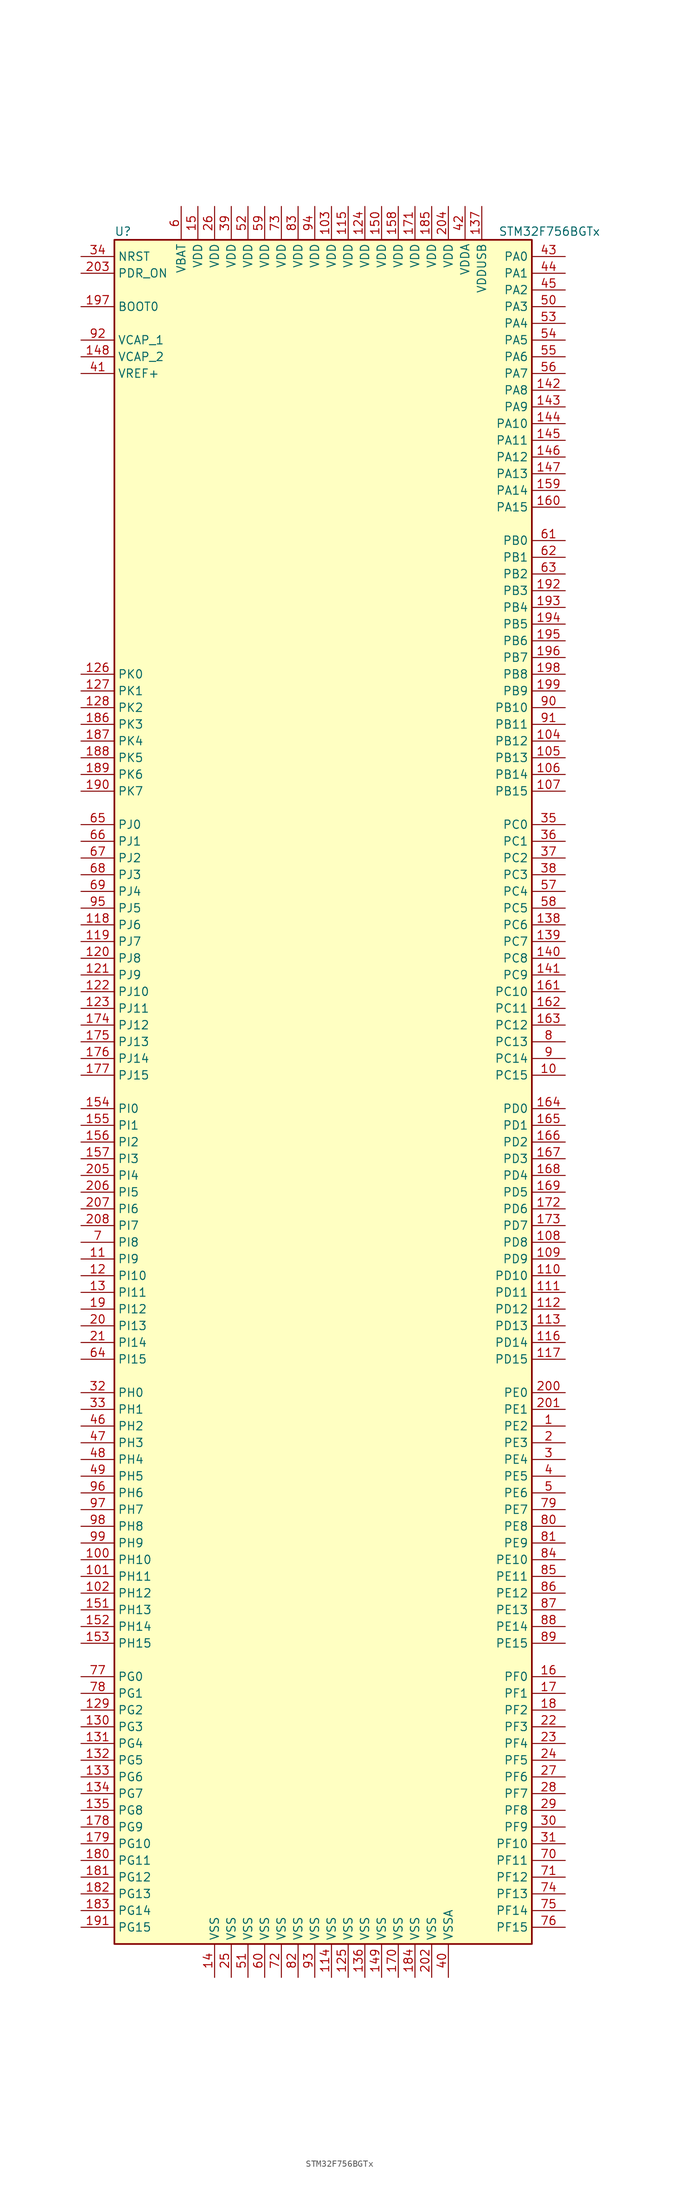
<source format=kicad_sym>
(kicad_symbol_lib
  (version 20211014)
  (generator kicad_symbol_editor)
  (symbol "STM32F756BGTx"
    (property "Reference" "U"
      (at -33.02 130.81 0)
      (effects (font (size 1.27 1.27)) (justify left)))
    (property "Value" "STM32F756BGTx"
      (at 25.4 130.81 0)
      (effects (font (size 1.27 1.27)) (justify left)))
    (symbol "STM32F756BGTx_0_1"
      (rectangle (start -33.02 -129.54) (end 30.48 129.54) (stroke (width 0.254) (type default) (color 0 0 0 0)) (fill (type background))))
    (symbol "STM32F756BGTx_1_1"
      (pin bidirectional line (at 35.56 -50.8 180) (length 5.08) (name "PE2" (effects (font (size 1.27 1.27)))) (number "1" (effects (font (size 1.27 1.27)))))
      (pin bidirectional line (at 35.56 2.54 180) (length 5.08) (name "PC15" (effects (font (size 1.27 1.27)))) (number "10" (effects (font (size 1.27 1.27)))))
      (pin bidirectional line (at -38.1 -71.12 0) (length 5.08) (name "PH10" (effects (font (size 1.27 1.27)))) (number "100" (effects (font (size 1.27 1.27)))))
      (pin bidirectional line (at -38.1 -73.66 0) (length 5.08) (name "PH11" (effects (font (size 1.27 1.27)))) (number "101" (effects (font (size 1.27 1.27)))))
      (pin bidirectional line (at -38.1 -76.2 0) (length 5.08) (name "PH12" (effects (font (size 1.27 1.27)))) (number "102" (effects (font (size 1.27 1.27)))))
      (pin power_in line (at 0 134.62 270) (length 5.08) (name "VDD" (effects (font (size 1.27 1.27)))) (number "103" (effects (font (size 1.27 1.27)))))
      (pin bidirectional line (at 35.56 53.34 180) (length 5.08) (name "PB12" (effects (font (size 1.27 1.27)))) (number "104" (effects (font (size 1.27 1.27)))))
      (pin bidirectional line (at 35.56 50.8 180) (length 5.08) (name "PB13" (effects (font (size 1.27 1.27)))) (number "105" (effects (font (size 1.27 1.27)))))
      (pin bidirectional line (at 35.56 48.26 180) (length 5.08) (name "PB14" (effects (font (size 1.27 1.27)))) (number "106" (effects (font (size 1.27 1.27)))))
      (pin bidirectional line (at 35.56 45.72 180) (length 5.08) (name "PB15" (effects (font (size 1.27 1.27)))) (number "107" (effects (font (size 1.27 1.27)))))
      (pin bidirectional line (at 35.56 -22.86 180) (length 5.08) (name "PD8" (effects (font (size 1.27 1.27)))) (number "108" (effects (font (size 1.27 1.27)))))
      (pin bidirectional line (at 35.56 -25.4 180) (length 5.08) (name "PD9" (effects (font (size 1.27 1.27)))) (number "109" (effects (font (size 1.27 1.27)))))
      (pin bidirectional line (at -38.1 -25.4 0) (length 5.08) (name "PI9" (effects (font (size 1.27 1.27)))) (number "11" (effects (font (size 1.27 1.27)))))
      (pin bidirectional line (at 35.56 -27.94 180) (length 5.08) (name "PD10" (effects (font (size 1.27 1.27)))) (number "110" (effects (font (size 1.27 1.27)))))
      (pin bidirectional line (at 35.56 -30.48 180) (length 5.08) (name "PD11" (effects (font (size 1.27 1.27)))) (number "111" (effects (font (size 1.27 1.27)))))
      (pin bidirectional line (at 35.56 -33.02 180) (length 5.08) (name "PD12" (effects (font (size 1.27 1.27)))) (number "112" (effects (font (size 1.27 1.27)))))
      (pin bidirectional line (at 35.56 -35.56 180) (length 5.08) (name "PD13" (effects (font (size 1.27 1.27)))) (number "113" (effects (font (size 1.27 1.27)))))
      (pin power_in line (at 0 -134.62 90) (length 5.08) (name "VSS" (effects (font (size 1.27 1.27)))) (number "114" (effects (font (size 1.27 1.27)))))
      (pin power_in line (at 2.54 134.62 270) (length 5.08) (name "VDD" (effects (font (size 1.27 1.27)))) (number "115" (effects (font (size 1.27 1.27)))))
      (pin bidirectional line (at 35.56 -38.1 180) (length 5.08) (name "PD14" (effects (font (size 1.27 1.27)))) (number "116" (effects (font (size 1.27 1.27)))))
      (pin bidirectional line (at 35.56 -40.64 180) (length 5.08) (name "PD15" (effects (font (size 1.27 1.27)))) (number "117" (effects (font (size 1.27 1.27)))))
      (pin bidirectional line (at -38.1 25.4 0) (length 5.08) (name "PJ6" (effects (font (size 1.27 1.27)))) (number "118" (effects (font (size 1.27 1.27)))))
      (pin bidirectional line (at -38.1 22.86 0) (length 5.08) (name "PJ7" (effects (font (size 1.27 1.27)))) (number "119" (effects (font (size 1.27 1.27)))))
      (pin bidirectional line (at -38.1 -27.94 0) (length 5.08) (name "PI10" (effects (font (size 1.27 1.27)))) (number "12" (effects (font (size 1.27 1.27)))))
      (pin bidirectional line (at -38.1 20.32 0) (length 5.08) (name "PJ8" (effects (font (size 1.27 1.27)))) (number "120" (effects (font (size 1.27 1.27)))))
      (pin bidirectional line (at -38.1 17.78 0) (length 5.08) (name "PJ9" (effects (font (size 1.27 1.27)))) (number "121" (effects (font (size 1.27 1.27)))))
      (pin bidirectional line (at -38.1 15.24 0) (length 5.08) (name "PJ10" (effects (font (size 1.27 1.27)))) (number "122" (effects (font (size 1.27 1.27)))))
      (pin bidirectional line (at -38.1 12.7 0) (length 5.08) (name "PJ11" (effects (font (size 1.27 1.27)))) (number "123" (effects (font (size 1.27 1.27)))))
      (pin power_in line (at 5.08 134.62 270) (length 5.08) (name "VDD" (effects (font (size 1.27 1.27)))) (number "124" (effects (font (size 1.27 1.27)))))
      (pin power_in line (at 2.54 -134.62 90) (length 5.08) (name "VSS" (effects (font (size 1.27 1.27)))) (number "125" (effects (font (size 1.27 1.27)))))
      (pin bidirectional line (at -38.1 63.5 0) (length 5.08) (name "PK0" (effects (font (size 1.27 1.27)))) (number "126" (effects (font (size 1.27 1.27)))))
      (pin bidirectional line (at -38.1 60.96 0) (length 5.08) (name "PK1" (effects (font (size 1.27 1.27)))) (number "127" (effects (font (size 1.27 1.27)))))
      (pin bidirectional line (at -38.1 58.42 0) (length 5.08) (name "PK2" (effects (font (size 1.27 1.27)))) (number "128" (effects (font (size 1.27 1.27)))))
      (pin bidirectional line (at -38.1 -93.98 0) (length 5.08) (name "PG2" (effects (font (size 1.27 1.27)))) (number "129" (effects (font (size 1.27 1.27)))))
      (pin bidirectional line (at -38.1 -30.48 0) (length 5.08) (name "PI11" (effects (font (size 1.27 1.27)))) (number "13" (effects (font (size 1.27 1.27)))))
      (pin bidirectional line (at -38.1 -96.52 0) (length 5.08) (name "PG3" (effects (font (size 1.27 1.27)))) (number "130" (effects (font (size 1.27 1.27)))))
      (pin bidirectional line (at -38.1 -99.06 0) (length 5.08) (name "PG4" (effects (font (size 1.27 1.27)))) (number "131" (effects (font (size 1.27 1.27)))))
      (pin bidirectional line (at -38.1 -101.6 0) (length 5.08) (name "PG5" (effects (font (size 1.27 1.27)))) (number "132" (effects (font (size 1.27 1.27)))))
      (pin bidirectional line (at -38.1 -104.14 0) (length 5.08) (name "PG6" (effects (font (size 1.27 1.27)))) (number "133" (effects (font (size 1.27 1.27)))))
      (pin bidirectional line (at -38.1 -106.68 0) (length 5.08) (name "PG7" (effects (font (size 1.27 1.27)))) (number "134" (effects (font (size 1.27 1.27)))))
      (pin bidirectional line (at -38.1 -109.22 0) (length 5.08) (name "PG8" (effects (font (size 1.27 1.27)))) (number "135" (effects (font (size 1.27 1.27)))))
      (pin power_in line (at 5.08 -134.62 90) (length 5.08) (name "VSS" (effects (font (size 1.27 1.27)))) (number "136" (effects (font (size 1.27 1.27)))))
      (pin power_in line (at 22.86 134.62 270) (length 5.08) (name "VDDUSB" (effects (font (size 1.27 1.27)))) (number "137" (effects (font (size 1.27 1.27)))))
      (pin bidirectional line (at 35.56 25.4 180) (length 5.08) (name "PC6" (effects (font (size 1.27 1.27)))) (number "138" (effects (font (size 1.27 1.27)))))
      (pin bidirectional line (at 35.56 22.86 180) (length 5.08) (name "PC7" (effects (font (size 1.27 1.27)))) (number "139" (effects (font (size 1.27 1.27)))))
      (pin power_in line (at -17.78 -134.62 90) (length 5.08) (name "VSS" (effects (font (size 1.27 1.27)))) (number "14" (effects (font (size 1.27 1.27)))))
      (pin bidirectional line (at 35.56 20.32 180) (length 5.08) (name "PC8" (effects (font (size 1.27 1.27)))) (number "140" (effects (font (size 1.27 1.27)))))
      (pin bidirectional line (at 35.56 17.78 180) (length 5.08) (name "PC9" (effects (font (size 1.27 1.27)))) (number "141" (effects (font (size 1.27 1.27)))))
      (pin bidirectional line (at 35.56 106.68 180) (length 5.08) (name "PA8" (effects (font (size 1.27 1.27)))) (number "142" (effects (font (size 1.27 1.27)))))
      (pin bidirectional line (at 35.56 104.14 180) (length 5.08) (name "PA9" (effects (font (size 1.27 1.27)))) (number "143" (effects (font (size 1.27 1.27)))))
      (pin bidirectional line (at 35.56 101.6 180) (length 5.08) (name "PA10" (effects (font (size 1.27 1.27)))) (number "144" (effects (font (size 1.27 1.27)))))
      (pin bidirectional line (at 35.56 99.06 180) (length 5.08) (name "PA11" (effects (font (size 1.27 1.27)))) (number "145" (effects (font (size 1.27 1.27)))))
      (pin bidirectional line (at 35.56 96.52 180) (length 5.08) (name "PA12" (effects (font (size 1.27 1.27)))) (number "146" (effects (font (size 1.27 1.27)))))
      (pin bidirectional line (at 35.56 93.98 180) (length 5.08) (name "PA13" (effects (font (size 1.27 1.27)))) (number "147" (effects (font (size 1.27 1.27)))))
      (pin power_in line (at -38.1 111.76 0) (length 5.08) (name "VCAP_2" (effects (font (size 1.27 1.27)))) (number "148" (effects (font (size 1.27 1.27)))))
      (pin power_in line (at 7.62 -134.62 90) (length 5.08) (name "VSS" (effects (font (size 1.27 1.27)))) (number "149" (effects (font (size 1.27 1.27)))))
      (pin power_in line (at -20.32 134.62 270) (length 5.08) (name "VDD" (effects (font (size 1.27 1.27)))) (number "15" (effects (font (size 1.27 1.27)))))
      (pin power_in line (at 7.62 134.62 270) (length 5.08) (name "VDD" (effects (font (size 1.27 1.27)))) (number "150" (effects (font (size 1.27 1.27)))))
      (pin bidirectional line (at -38.1 -78.74 0) (length 5.08) (name "PH13" (effects (font (size 1.27 1.27)))) (number "151" (effects (font (size 1.27 1.27)))))
      (pin bidirectional line (at -38.1 -81.28 0) (length 5.08) (name "PH14" (effects (font (size 1.27 1.27)))) (number "152" (effects (font (size 1.27 1.27)))))
      (pin bidirectional line (at -38.1 -83.82 0) (length 5.08) (name "PH15" (effects (font (size 1.27 1.27)))) (number "153" (effects (font (size 1.27 1.27)))))
      (pin bidirectional line (at -38.1 -2.54 0) (length 5.08) (name "PI0" (effects (font (size 1.27 1.27)))) (number "154" (effects (font (size 1.27 1.27)))))
      (pin bidirectional line (at -38.1 -5.08 0) (length 5.08) (name "PI1" (effects (font (size 1.27 1.27)))) (number "155" (effects (font (size 1.27 1.27)))))
      (pin bidirectional line (at -38.1 -7.62 0) (length 5.08) (name "PI2" (effects (font (size 1.27 1.27)))) (number "156" (effects (font (size 1.27 1.27)))))
      (pin bidirectional line (at -38.1 -10.16 0) (length 5.08) (name "PI3" (effects (font (size 1.27 1.27)))) (number "157" (effects (font (size 1.27 1.27)))))
      (pin power_in line (at 10.16 134.62 270) (length 5.08) (name "VDD" (effects (font (size 1.27 1.27)))) (number "158" (effects (font (size 1.27 1.27)))))
      (pin bidirectional line (at 35.56 91.44 180) (length 5.08) (name "PA14" (effects (font (size 1.27 1.27)))) (number "159" (effects (font (size 1.27 1.27)))))
      (pin bidirectional line (at 35.56 -88.9 180) (length 5.08) (name "PF0" (effects (font (size 1.27 1.27)))) (number "16" (effects (font (size 1.27 1.27)))))
      (pin bidirectional line (at 35.56 88.9 180) (length 5.08) (name "PA15" (effects (font (size 1.27 1.27)))) (number "160" (effects (font (size 1.27 1.27)))))
      (pin bidirectional line (at 35.56 15.24 180) (length 5.08) (name "PC10" (effects (font (size 1.27 1.27)))) (number "161" (effects (font (size 1.27 1.27)))))
      (pin bidirectional line (at 35.56 12.7 180) (length 5.08) (name "PC11" (effects (font (size 1.27 1.27)))) (number "162" (effects (font (size 1.27 1.27)))))
      (pin bidirectional line (at 35.56 10.16 180) (length 5.08) (name "PC12" (effects (font (size 1.27 1.27)))) (number "163" (effects (font (size 1.27 1.27)))))
      (pin bidirectional line (at 35.56 -2.54 180) (length 5.08) (name "PD0" (effects (font (size 1.27 1.27)))) (number "164" (effects (font (size 1.27 1.27)))))
      (pin bidirectional line (at 35.56 -5.08 180) (length 5.08) (name "PD1" (effects (font (size 1.27 1.27)))) (number "165" (effects (font (size 1.27 1.27)))))
      (pin bidirectional line (at 35.56 -7.62 180) (length 5.08) (name "PD2" (effects (font (size 1.27 1.27)))) (number "166" (effects (font (size 1.27 1.27)))))
      (pin bidirectional line (at 35.56 -10.16 180) (length 5.08) (name "PD3" (effects (font (size 1.27 1.27)))) (number "167" (effects (font (size 1.27 1.27)))))
      (pin bidirectional line (at 35.56 -12.7 180) (length 5.08) (name "PD4" (effects (font (size 1.27 1.27)))) (number "168" (effects (font (size 1.27 1.27)))))
      (pin bidirectional line (at 35.56 -15.24 180) (length 5.08) (name "PD5" (effects (font (size 1.27 1.27)))) (number "169" (effects (font (size 1.27 1.27)))))
      (pin bidirectional line (at 35.56 -91.44 180) (length 5.08) (name "PF1" (effects (font (size 1.27 1.27)))) (number "17" (effects (font (size 1.27 1.27)))))
      (pin power_in line (at 10.16 -134.62 90) (length 5.08) (name "VSS" (effects (font (size 1.27 1.27)))) (number "170" (effects (font (size 1.27 1.27)))))
      (pin power_in line (at 12.7 134.62 270) (length 5.08) (name "VDD" (effects (font (size 1.27 1.27)))) (number "171" (effects (font (size 1.27 1.27)))))
      (pin bidirectional line (at 35.56 -17.78 180) (length 5.08) (name "PD6" (effects (font (size 1.27 1.27)))) (number "172" (effects (font (size 1.27 1.27)))))
      (pin bidirectional line (at 35.56 -20.32 180) (length 5.08) (name "PD7" (effects (font (size 1.27 1.27)))) (number "173" (effects (font (size 1.27 1.27)))))
      (pin bidirectional line (at -38.1 10.16 0) (length 5.08) (name "PJ12" (effects (font (size 1.27 1.27)))) (number "174" (effects (font (size 1.27 1.27)))))
      (pin bidirectional line (at -38.1 7.62 0) (length 5.08) (name "PJ13" (effects (font (size 1.27 1.27)))) (number "175" (effects (font (size 1.27 1.27)))))
      (pin bidirectional line (at -38.1 5.08 0) (length 5.08) (name "PJ14" (effects (font (size 1.27 1.27)))) (number "176" (effects (font (size 1.27 1.27)))))
      (pin bidirectional line (at -38.1 2.54 0) (length 5.08) (name "PJ15" (effects (font (size 1.27 1.27)))) (number "177" (effects (font (size 1.27 1.27)))))
      (pin bidirectional line (at -38.1 -111.76 0) (length 5.08) (name "PG9" (effects (font (size 1.27 1.27)))) (number "178" (effects (font (size 1.27 1.27)))))
      (pin bidirectional line (at -38.1 -114.3 0) (length 5.08) (name "PG10" (effects (font (size 1.27 1.27)))) (number "179" (effects (font (size 1.27 1.27)))))
      (pin bidirectional line (at 35.56 -93.98 180) (length 5.08) (name "PF2" (effects (font (size 1.27 1.27)))) (number "18" (effects (font (size 1.27 1.27)))))
      (pin bidirectional line (at -38.1 -116.84 0) (length 5.08) (name "PG11" (effects (font (size 1.27 1.27)))) (number "180" (effects (font (size 1.27 1.27)))))
      (pin bidirectional line (at -38.1 -119.38 0) (length 5.08) (name "PG12" (effects (font (size 1.27 1.27)))) (number "181" (effects (font (size 1.27 1.27)))))
      (pin bidirectional line (at -38.1 -121.92 0) (length 5.08) (name "PG13" (effects (font (size 1.27 1.27)))) (number "182" (effects (font (size 1.27 1.27)))))
      (pin bidirectional line (at -38.1 -124.46 0) (length 5.08) (name "PG14" (effects (font (size 1.27 1.27)))) (number "183" (effects (font (size 1.27 1.27)))))
      (pin power_in line (at 12.7 -134.62 90) (length 5.08) (name "VSS" (effects (font (size 1.27 1.27)))) (number "184" (effects (font (size 1.27 1.27)))))
      (pin power_in line (at 15.24 134.62 270) (length 5.08) (name "VDD" (effects (font (size 1.27 1.27)))) (number "185" (effects (font (size 1.27 1.27)))))
      (pin bidirectional line (at -38.1 55.88 0) (length 5.08) (name "PK3" (effects (font (size 1.27 1.27)))) (number "186" (effects (font (size 1.27 1.27)))))
      (pin bidirectional line (at -38.1 53.34 0) (length 5.08) (name "PK4" (effects (font (size 1.27 1.27)))) (number "187" (effects (font (size 1.27 1.27)))))
      (pin bidirectional line (at -38.1 50.8 0) (length 5.08) (name "PK5" (effects (font (size 1.27 1.27)))) (number "188" (effects (font (size 1.27 1.27)))))
      (pin bidirectional line (at -38.1 48.26 0) (length 5.08) (name "PK6" (effects (font (size 1.27 1.27)))) (number "189" (effects (font (size 1.27 1.27)))))
      (pin bidirectional line (at -38.1 -33.02 0) (length 5.08) (name "PI12" (effects (font (size 1.27 1.27)))) (number "19" (effects (font (size 1.27 1.27)))))
      (pin bidirectional line (at -38.1 45.72 0) (length 5.08) (name "PK7" (effects (font (size 1.27 1.27)))) (number "190" (effects (font (size 1.27 1.27)))))
      (pin bidirectional line (at -38.1 -127 0) (length 5.08) (name "PG15" (effects (font (size 1.27 1.27)))) (number "191" (effects (font (size 1.27 1.27)))))
      (pin bidirectional line (at 35.56 76.2 180) (length 5.08) (name "PB3" (effects (font (size 1.27 1.27)))) (number "192" (effects (font (size 1.27 1.27)))))
      (pin bidirectional line (at 35.56 73.66 180) (length 5.08) (name "PB4" (effects (font (size 1.27 1.27)))) (number "193" (effects (font (size 1.27 1.27)))))
      (pin bidirectional line (at 35.56 71.12 180) (length 5.08) (name "PB5" (effects (font (size 1.27 1.27)))) (number "194" (effects (font (size 1.27 1.27)))))
      (pin bidirectional line (at 35.56 68.58 180) (length 5.08) (name "PB6" (effects (font (size 1.27 1.27)))) (number "195" (effects (font (size 1.27 1.27)))))
      (pin bidirectional line (at 35.56 66.04 180) (length 5.08) (name "PB7" (effects (font (size 1.27 1.27)))) (number "196" (effects (font (size 1.27 1.27)))))
      (pin input line (at -38.1 119.38 0) (length 5.08) (name "BOOT0" (effects (font (size 1.27 1.27)))) (number "197" (effects (font (size 1.27 1.27)))))
      (pin bidirectional line (at 35.56 63.5 180) (length 5.08) (name "PB8" (effects (font (size 1.27 1.27)))) (number "198" (effects (font (size 1.27 1.27)))))
      (pin bidirectional line (at 35.56 60.96 180) (length 5.08) (name "PB9" (effects (font (size 1.27 1.27)))) (number "199" (effects (font (size 1.27 1.27)))))
      (pin bidirectional line (at 35.56 -53.34 180) (length 5.08) (name "PE3" (effects (font (size 1.27 1.27)))) (number "2" (effects (font (size 1.27 1.27)))))
      (pin bidirectional line (at -38.1 -35.56 0) (length 5.08) (name "PI13" (effects (font (size 1.27 1.27)))) (number "20" (effects (font (size 1.27 1.27)))))
      (pin bidirectional line (at 35.56 -45.72 180) (length 5.08) (name "PE0" (effects (font (size 1.27 1.27)))) (number "200" (effects (font (size 1.27 1.27)))))
      (pin bidirectional line (at 35.56 -48.26 180) (length 5.08) (name "PE1" (effects (font (size 1.27 1.27)))) (number "201" (effects (font (size 1.27 1.27)))))
      (pin power_in line (at 15.24 -134.62 90) (length 5.08) (name "VSS" (effects (font (size 1.27 1.27)))) (number "202" (effects (font (size 1.27 1.27)))))
      (pin input line (at -38.1 124.46 0) (length 5.08) (name "PDR_ON" (effects (font (size 1.27 1.27)))) (number "203" (effects (font (size 1.27 1.27)))))
      (pin power_in line (at 17.78 134.62 270) (length 5.08) (name "VDD" (effects (font (size 1.27 1.27)))) (number "204" (effects (font (size 1.27 1.27)))))
      (pin bidirectional line (at -38.1 -12.7 0) (length 5.08) (name "PI4" (effects (font (size 1.27 1.27)))) (number "205" (effects (font (size 1.27 1.27)))))
      (pin bidirectional line (at -38.1 -15.24 0) (length 5.08) (name "PI5" (effects (font (size 1.27 1.27)))) (number "206" (effects (font (size 1.27 1.27)))))
      (pin bidirectional line (at -38.1 -17.78 0) (length 5.08) (name "PI6" (effects (font (size 1.27 1.27)))) (number "207" (effects (font (size 1.27 1.27)))))
      (pin bidirectional line (at -38.1 -20.32 0) (length 5.08) (name "PI7" (effects (font (size 1.27 1.27)))) (number "208" (effects (font (size 1.27 1.27)))))
      (pin bidirectional line (at -38.1 -38.1 0) (length 5.08) (name "PI14" (effects (font (size 1.27 1.27)))) (number "21" (effects (font (size 1.27 1.27)))))
      (pin bidirectional line (at 35.56 -96.52 180) (length 5.08) (name "PF3" (effects (font (size 1.27 1.27)))) (number "22" (effects (font (size 1.27 1.27)))))
      (pin bidirectional line (at 35.56 -99.06 180) (length 5.08) (name "PF4" (effects (font (size 1.27 1.27)))) (number "23" (effects (font (size 1.27 1.27)))))
      (pin bidirectional line (at 35.56 -101.6 180) (length 5.08) (name "PF5" (effects (font (size 1.27 1.27)))) (number "24" (effects (font (size 1.27 1.27)))))
      (pin power_in line (at -15.24 -134.62 90) (length 5.08) (name "VSS" (effects (font (size 1.27 1.27)))) (number "25" (effects (font (size 1.27 1.27)))))
      (pin power_in line (at -17.78 134.62 270) (length 5.08) (name "VDD" (effects (font (size 1.27 1.27)))) (number "26" (effects (font (size 1.27 1.27)))))
      (pin bidirectional line (at 35.56 -104.14 180) (length 5.08) (name "PF6" (effects (font (size 1.27 1.27)))) (number "27" (effects (font (size 1.27 1.27)))))
      (pin bidirectional line (at 35.56 -106.68 180) (length 5.08) (name "PF7" (effects (font (size 1.27 1.27)))) (number "28" (effects (font (size 1.27 1.27)))))
      (pin bidirectional line (at 35.56 -109.22 180) (length 5.08) (name "PF8" (effects (font (size 1.27 1.27)))) (number "29" (effects (font (size 1.27 1.27)))))
      (pin bidirectional line (at 35.56 -55.88 180) (length 5.08) (name "PE4" (effects (font (size 1.27 1.27)))) (number "3" (effects (font (size 1.27 1.27)))))
      (pin bidirectional line (at 35.56 -111.76 180) (length 5.08) (name "PF9" (effects (font (size 1.27 1.27)))) (number "30" (effects (font (size 1.27 1.27)))))
      (pin bidirectional line (at 35.56 -114.3 180) (length 5.08) (name "PF10" (effects (font (size 1.27 1.27)))) (number "31" (effects (font (size 1.27 1.27)))))
      (pin input line (at -38.1 -45.72 0) (length 5.08) (name "PH0" (effects (font (size 1.27 1.27)))) (number "32" (effects (font (size 1.27 1.27)))))
      (pin input line (at -38.1 -48.26 0) (length 5.08) (name "PH1" (effects (font (size 1.27 1.27)))) (number "33" (effects (font (size 1.27 1.27)))))
      (pin input line (at -38.1 127 0) (length 5.08) (name "NRST" (effects (font (size 1.27 1.27)))) (number "34" (effects (font (size 1.27 1.27)))))
      (pin bidirectional line (at 35.56 40.64 180) (length 5.08) (name "PC0" (effects (font (size 1.27 1.27)))) (number "35" (effects (font (size 1.27 1.27)))))
      (pin bidirectional line (at 35.56 38.1 180) (length 5.08) (name "PC1" (effects (font (size 1.27 1.27)))) (number "36" (effects (font (size 1.27 1.27)))))
      (pin bidirectional line (at 35.56 35.56 180) (length 5.08) (name "PC2" (effects (font (size 1.27 1.27)))) (number "37" (effects (font (size 1.27 1.27)))))
      (pin bidirectional line (at 35.56 33.02 180) (length 5.08) (name "PC3" (effects (font (size 1.27 1.27)))) (number "38" (effects (font (size 1.27 1.27)))))
      (pin power_in line (at -15.24 134.62 270) (length 5.08) (name "VDD" (effects (font (size 1.27 1.27)))) (number "39" (effects (font (size 1.27 1.27)))))
      (pin bidirectional line (at 35.56 -58.42 180) (length 5.08) (name "PE5" (effects (font (size 1.27 1.27)))) (number "4" (effects (font (size 1.27 1.27)))))
      (pin power_in line (at 17.78 -134.62 90) (length 5.08) (name "VSSA" (effects (font (size 1.27 1.27)))) (number "40" (effects (font (size 1.27 1.27)))))
      (pin power_in line (at -38.1 109.22 0) (length 5.08) (name "VREF+" (effects (font (size 1.27 1.27)))) (number "41" (effects (font (size 1.27 1.27)))))
      (pin power_in line (at 20.32 134.62 270) (length 5.08) (name "VDDA" (effects (font (size 1.27 1.27)))) (number "42" (effects (font (size 1.27 1.27)))))
      (pin bidirectional line (at 35.56 127 180) (length 5.08) (name "PA0" (effects (font (size 1.27 1.27)))) (number "43" (effects (font (size 1.27 1.27)))))
      (pin bidirectional line (at 35.56 124.46 180) (length 5.08) (name "PA1" (effects (font (size 1.27 1.27)))) (number "44" (effects (font (size 1.27 1.27)))))
      (pin bidirectional line (at 35.56 121.92 180) (length 5.08) (name "PA2" (effects (font (size 1.27 1.27)))) (number "45" (effects (font (size 1.27 1.27)))))
      (pin bidirectional line (at -38.1 -50.8 0) (length 5.08) (name "PH2" (effects (font (size 1.27 1.27)))) (number "46" (effects (font (size 1.27 1.27)))))
      (pin bidirectional line (at -38.1 -53.34 0) (length 5.08) (name "PH3" (effects (font (size 1.27 1.27)))) (number "47" (effects (font (size 1.27 1.27)))))
      (pin bidirectional line (at -38.1 -55.88 0) (length 5.08) (name "PH4" (effects (font (size 1.27 1.27)))) (number "48" (effects (font (size 1.27 1.27)))))
      (pin bidirectional line (at -38.1 -58.42 0) (length 5.08) (name "PH5" (effects (font (size 1.27 1.27)))) (number "49" (effects (font (size 1.27 1.27)))))
      (pin bidirectional line (at 35.56 -60.96 180) (length 5.08) (name "PE6" (effects (font (size 1.27 1.27)))) (number "5" (effects (font (size 1.27 1.27)))))
      (pin bidirectional line (at 35.56 119.38 180) (length 5.08) (name "PA3" (effects (font (size 1.27 1.27)))) (number "50" (effects (font (size 1.27 1.27)))))
      (pin power_in line (at -12.7 -134.62 90) (length 5.08) (name "VSS" (effects (font (size 1.27 1.27)))) (number "51" (effects (font (size 1.27 1.27)))))
      (pin power_in line (at -12.7 134.62 270) (length 5.08) (name "VDD" (effects (font (size 1.27 1.27)))) (number "52" (effects (font (size 1.27 1.27)))))
      (pin bidirectional line (at 35.56 116.84 180) (length 5.08) (name "PA4" (effects (font (size 1.27 1.27)))) (number "53" (effects (font (size 1.27 1.27)))))
      (pin bidirectional line (at 35.56 114.3 180) (length 5.08) (name "PA5" (effects (font (size 1.27 1.27)))) (number "54" (effects (font (size 1.27 1.27)))))
      (pin bidirectional line (at 35.56 111.76 180) (length 5.08) (name "PA6" (effects (font (size 1.27 1.27)))) (number "55" (effects (font (size 1.27 1.27)))))
      (pin bidirectional line (at 35.56 109.22 180) (length 5.08) (name "PA7" (effects (font (size 1.27 1.27)))) (number "56" (effects (font (size 1.27 1.27)))))
      (pin bidirectional line (at 35.56 30.48 180) (length 5.08) (name "PC4" (effects (font (size 1.27 1.27)))) (number "57" (effects (font (size 1.27 1.27)))))
      (pin bidirectional line (at 35.56 27.94 180) (length 5.08) (name "PC5" (effects (font (size 1.27 1.27)))) (number "58" (effects (font (size 1.27 1.27)))))
      (pin power_in line (at -10.16 134.62 270) (length 5.08) (name "VDD" (effects (font (size 1.27 1.27)))) (number "59" (effects (font (size 1.27 1.27)))))
      (pin power_in line (at -22.86 134.62 270) (length 5.08) (name "VBAT" (effects (font (size 1.27 1.27)))) (number "6" (effects (font (size 1.27 1.27)))))
      (pin power_in line (at -10.16 -134.62 90) (length 5.08) (name "VSS" (effects (font (size 1.27 1.27)))) (number "60" (effects (font (size 1.27 1.27)))))
      (pin bidirectional line (at 35.56 83.82 180) (length 5.08) (name "PB0" (effects (font (size 1.27 1.27)))) (number "61" (effects (font (size 1.27 1.27)))))
      (pin bidirectional line (at 35.56 81.28 180) (length 5.08) (name "PB1" (effects (font (size 1.27 1.27)))) (number "62" (effects (font (size 1.27 1.27)))))
      (pin bidirectional line (at 35.56 78.74 180) (length 5.08) (name "PB2" (effects (font (size 1.27 1.27)))) (number "63" (effects (font (size 1.27 1.27)))))
      (pin bidirectional line (at -38.1 -40.64 0) (length 5.08) (name "PI15" (effects (font (size 1.27 1.27)))) (number "64" (effects (font (size 1.27 1.27)))))
      (pin bidirectional line (at -38.1 40.64 0) (length 5.08) (name "PJ0" (effects (font (size 1.27 1.27)))) (number "65" (effects (font (size 1.27 1.27)))))
      (pin bidirectional line (at -38.1 38.1 0) (length 5.08) (name "PJ1" (effects (font (size 1.27 1.27)))) (number "66" (effects (font (size 1.27 1.27)))))
      (pin bidirectional line (at -38.1 35.56 0) (length 5.08) (name "PJ2" (effects (font (size 1.27 1.27)))) (number "67" (effects (font (size 1.27 1.27)))))
      (pin bidirectional line (at -38.1 33.02 0) (length 5.08) (name "PJ3" (effects (font (size 1.27 1.27)))) (number "68" (effects (font (size 1.27 1.27)))))
      (pin bidirectional line (at -38.1 30.48 0) (length 5.08) (name "PJ4" (effects (font (size 1.27 1.27)))) (number "69" (effects (font (size 1.27 1.27)))))
      (pin bidirectional line (at -38.1 -22.86 0) (length 5.08) (name "PI8" (effects (font (size 1.27 1.27)))) (number "7" (effects (font (size 1.27 1.27)))))
      (pin bidirectional line (at 35.56 -116.84 180) (length 5.08) (name "PF11" (effects (font (size 1.27 1.27)))) (number "70" (effects (font (size 1.27 1.27)))))
      (pin bidirectional line (at 35.56 -119.38 180) (length 5.08) (name "PF12" (effects (font (size 1.27 1.27)))) (number "71" (effects (font (size 1.27 1.27)))))
      (pin power_in line (at -7.62 -134.62 90) (length 5.08) (name "VSS" (effects (font (size 1.27 1.27)))) (number "72" (effects (font (size 1.27 1.27)))))
      (pin power_in line (at -7.62 134.62 270) (length 5.08) (name "VDD" (effects (font (size 1.27 1.27)))) (number "73" (effects (font (size 1.27 1.27)))))
      (pin bidirectional line (at 35.56 -121.92 180) (length 5.08) (name "PF13" (effects (font (size 1.27 1.27)))) (number "74" (effects (font (size 1.27 1.27)))))
      (pin bidirectional line (at 35.56 -124.46 180) (length 5.08) (name "PF14" (effects (font (size 1.27 1.27)))) (number "75" (effects (font (size 1.27 1.27)))))
      (pin bidirectional line (at 35.56 -127 180) (length 5.08) (name "PF15" (effects (font (size 1.27 1.27)))) (number "76" (effects (font (size 1.27 1.27)))))
      (pin bidirectional line (at -38.1 -88.9 0) (length 5.08) (name "PG0" (effects (font (size 1.27 1.27)))) (number "77" (effects (font (size 1.27 1.27)))))
      (pin bidirectional line (at -38.1 -91.44 0) (length 5.08) (name "PG1" (effects (font (size 1.27 1.27)))) (number "78" (effects (font (size 1.27 1.27)))))
      (pin bidirectional line (at 35.56 -63.5 180) (length 5.08) (name "PE7" (effects (font (size 1.27 1.27)))) (number "79" (effects (font (size 1.27 1.27)))))
      (pin bidirectional line (at 35.56 7.62 180) (length 5.08) (name "PC13" (effects (font (size 1.27 1.27)))) (number "8" (effects (font (size 1.27 1.27)))))
      (pin bidirectional line (at 35.56 -66.04 180) (length 5.08) (name "PE8" (effects (font (size 1.27 1.27)))) (number "80" (effects (font (size 1.27 1.27)))))
      (pin bidirectional line (at 35.56 -68.58 180) (length 5.08) (name "PE9" (effects (font (size 1.27 1.27)))) (number "81" (effects (font (size 1.27 1.27)))))
      (pin power_in line (at -5.08 -134.62 90) (length 5.08) (name "VSS" (effects (font (size 1.27 1.27)))) (number "82" (effects (font (size 1.27 1.27)))))
      (pin power_in line (at -5.08 134.62 270) (length 5.08) (name "VDD" (effects (font (size 1.27 1.27)))) (number "83" (effects (font (size 1.27 1.27)))))
      (pin bidirectional line (at 35.56 -71.12 180) (length 5.08) (name "PE10" (effects (font (size 1.27 1.27)))) (number "84" (effects (font (size 1.27 1.27)))))
      (pin bidirectional line (at 35.56 -73.66 180) (length 5.08) (name "PE11" (effects (font (size 1.27 1.27)))) (number "85" (effects (font (size 1.27 1.27)))))
      (pin bidirectional line (at 35.56 -76.2 180) (length 5.08) (name "PE12" (effects (font (size 1.27 1.27)))) (number "86" (effects (font (size 1.27 1.27)))))
      (pin bidirectional line (at 35.56 -78.74 180) (length 5.08) (name "PE13" (effects (font (size 1.27 1.27)))) (number "87" (effects (font (size 1.27 1.27)))))
      (pin bidirectional line (at 35.56 -81.28 180) (length 5.08) (name "PE14" (effects (font (size 1.27 1.27)))) (number "88" (effects (font (size 1.27 1.27)))))
      (pin bidirectional line (at 35.56 -83.82 180) (length 5.08) (name "PE15" (effects (font (size 1.27 1.27)))) (number "89" (effects (font (size 1.27 1.27)))))
      (pin bidirectional line (at 35.56 5.08 180) (length 5.08) (name "PC14" (effects (font (size 1.27 1.27)))) (number "9" (effects (font (size 1.27 1.27)))))
      (pin bidirectional line (at 35.56 58.42 180) (length 5.08) (name "PB10" (effects (font (size 1.27 1.27)))) (number "90" (effects (font (size 1.27 1.27)))))
      (pin bidirectional line (at 35.56 55.88 180) (length 5.08) (name "PB11" (effects (font (size 1.27 1.27)))) (number "91" (effects (font (size 1.27 1.27)))))
      (pin power_in line (at -38.1 114.3 0) (length 5.08) (name "VCAP_1" (effects (font (size 1.27 1.27)))) (number "92" (effects (font (size 1.27 1.27)))))
      (pin power_in line (at -2.54 -134.62 90) (length 5.08) (name "VSS" (effects (font (size 1.27 1.27)))) (number "93" (effects (font (size 1.27 1.27)))))
      (pin power_in line (at -2.54 134.62 270) (length 5.08) (name "VDD" (effects (font (size 1.27 1.27)))) (number "94" (effects (font (size 1.27 1.27)))))
      (pin bidirectional line (at -38.1 27.94 0) (length 5.08) (name "PJ5" (effects (font (size 1.27 1.27)))) (number "95" (effects (font (size 1.27 1.27)))))
      (pin bidirectional line (at -38.1 -60.96 0) (length 5.08) (name "PH6" (effects (font (size 1.27 1.27)))) (number "96" (effects (font (size 1.27 1.27)))))
      (pin bidirectional line (at -38.1 -63.5 0) (length 5.08) (name "PH7" (effects (font (size 1.27 1.27)))) (number "97" (effects (font (size 1.27 1.27)))))
      (pin bidirectional line (at -38.1 -66.04 0) (length 5.08) (name "PH8" (effects (font (size 1.27 1.27)))) (number "98" (effects (font (size 1.27 1.27)))))
      (pin bidirectional line (at -38.1 -68.58 0) (length 5.08) (name "PH9" (effects (font (size 1.27 1.27)))) (number "99" (effects (font (size 1.27 1.27))))))))
</source>
